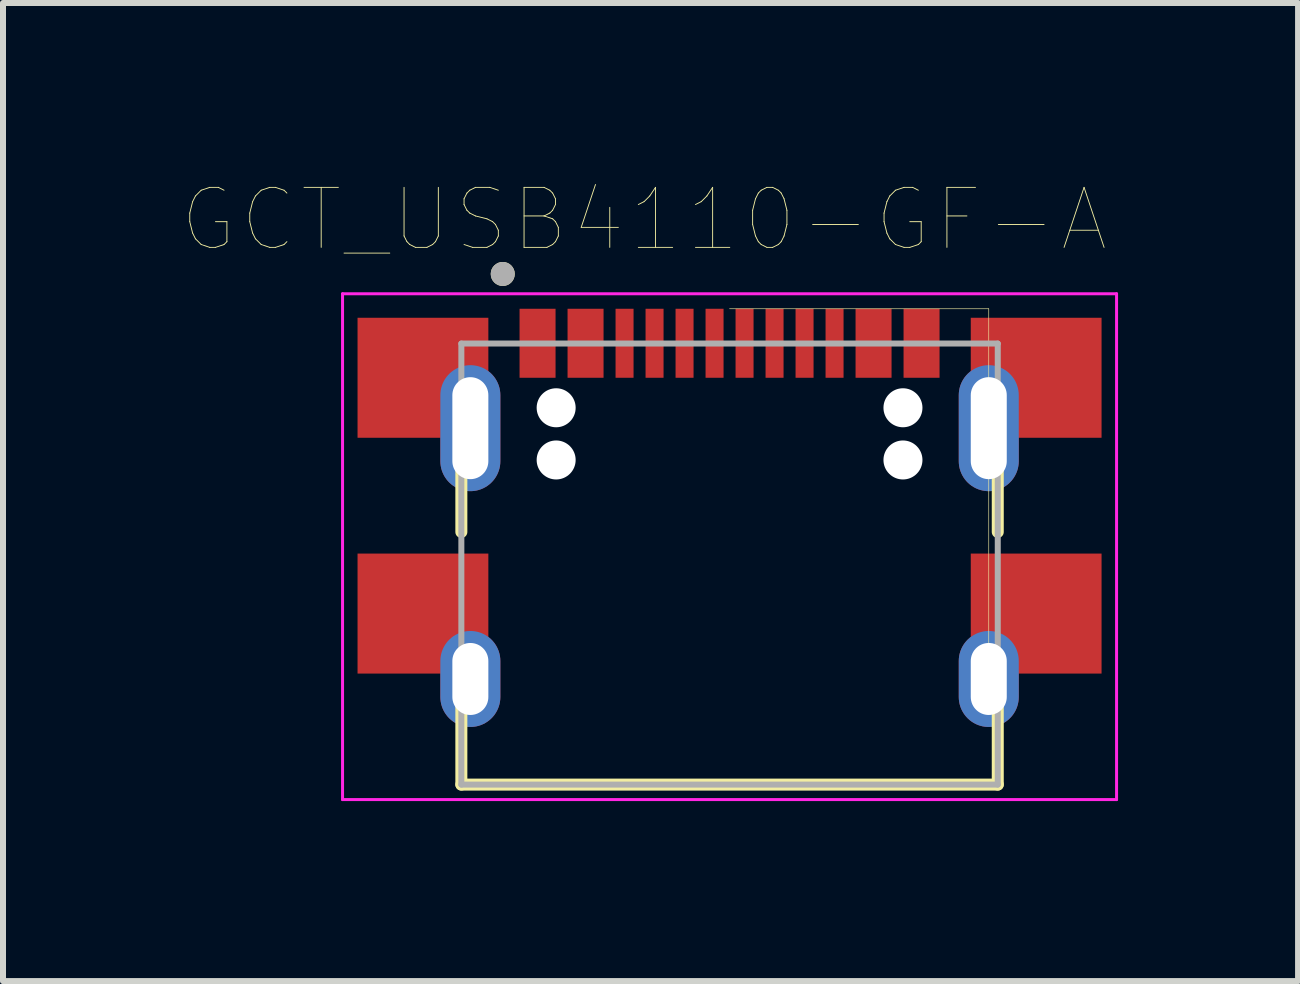
<source format=kicad_pcb>
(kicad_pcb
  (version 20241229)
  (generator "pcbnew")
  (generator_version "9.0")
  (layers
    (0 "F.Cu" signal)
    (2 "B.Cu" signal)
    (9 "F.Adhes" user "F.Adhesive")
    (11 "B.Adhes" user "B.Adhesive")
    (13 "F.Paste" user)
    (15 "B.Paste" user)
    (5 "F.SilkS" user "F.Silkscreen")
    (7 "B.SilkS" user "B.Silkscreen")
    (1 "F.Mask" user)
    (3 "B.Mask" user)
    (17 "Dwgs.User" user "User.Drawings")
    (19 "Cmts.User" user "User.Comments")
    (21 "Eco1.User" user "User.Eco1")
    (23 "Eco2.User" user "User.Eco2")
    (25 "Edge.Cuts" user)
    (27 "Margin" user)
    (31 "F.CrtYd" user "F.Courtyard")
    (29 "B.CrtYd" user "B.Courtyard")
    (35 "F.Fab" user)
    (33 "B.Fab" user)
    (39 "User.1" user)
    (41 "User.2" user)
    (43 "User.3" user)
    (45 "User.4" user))
  (footprint "GCT_USB4110-GF-A"
    (layer "F.Cu")
    (at 9.109 3.746)
    (property "Reference" "GCT_USB4110-GF-A" (at -1.425 -3.135 0) (layer "F.SilkS") (effects (font (size 1 1) (thickness 0.015))))
    (attr through_hole)
    (fp_line (start -4.47 0.86) (end -4.47 2.07) (stroke (width 0.2) (type solid)) (layer "F.SilkS"))
    (fp_line (start -4.47 4.79) (end -4.47 6.28) (stroke (width 0.2) (type solid)) (layer "F.SilkS"))
    (fp_line (start -4.47 6.28) (end 4.47 6.28) (stroke (width 0.2) (type solid)) (layer "F.SilkS"))
    (fp_line (start 0 -1.65) (end 4.32 -1.65) (stroke (width 0.01) (type solid)) (layer "F.SilkS"))
    (fp_line (start 4.32 -1.65) (end 4.32 4.52) (stroke (width 0.01) (type solid)) (layer "F.SilkS"))
    (fp_line (start 4.47 0.86) (end 4.47 2.07) (stroke (width 0.2) (type solid)) (layer "F.SilkS"))
    (fp_line (start 4.47 6.28) (end 4.47 4.79) (stroke (width 0.2) (type solid)) (layer "F.SilkS"))
    (fp_circle (center -3.78 -2.23) (end -3.68 -2.23) (stroke (width 0.2) (type solid)) (fill no) (layer "F.SilkS"))
    (fp_line (start -6.45 -1.9) (end 6.45 -1.9) (stroke (width 0.05) (type solid)) (layer "F.CrtYd"))
    (fp_line (start -6.45 6.53) (end -6.45 -1.9) (stroke (width 0.05) (type solid)) (layer "F.CrtYd"))
    (fp_line (start 6.45 -1.9) (end 6.45 6.53) (stroke (width 0.05) (type solid)) (layer "F.CrtYd"))
    (fp_line (start 6.45 6.53) (end -6.45 6.53) (stroke (width 0.05) (type solid)) (layer "F.CrtYd"))
    (fp_line (start -4.47 -1.07) (end -4.47 6.28) (stroke (width 0.1) (type solid)) (layer "F.Fab"))
    (fp_line (start -4.47 6.28) (end 4.47 6.28) (stroke (width 0.1) (type solid)) (layer "F.Fab"))
    (fp_line (start 4.47 -1.07) (end -4.47 -1.07) (stroke (width 0.1) (type solid)) (layer "F.Fab"))
    (fp_line (start 4.47 6.28) (end 4.47 -1.07) (stroke (width 0.1) (type solid)) (layer "F.Fab"))
    (fp_circle (center -3.78 -2.23) (end -3.68 -2.23) (stroke (width 0.2) (type solid)) (fill no) (layer "F.Fab"))
    (pad "" np_thru_hole circle (at -2.89 0) (size 0.65 0.65) (drill 0.65) (layers "*.Cu" "*.Mask"))
    (pad "" np_thru_hole circle (at -2.89 0.87) (size 0.65 0.65) (drill 0.65) (layers "*.Cu" "*.Mask"))
    (pad "" np_thru_hole circle (at 2.89 0) (size 0.65 0.65) (drill 0.65) (layers "*.Cu" "*.Mask"))
    (pad "" np_thru_hole circle (at 2.89 0.87) (size 0.65 0.65) (drill 0.65) (layers "*.Cu" "*.Mask"))
    (pad "10" thru_hole oval (at 4.32 4.52) (size 1 1.6) (drill oval 0.6 1.2) (layers "*.Cu" "*.Mask"))
    (pad "11" thru_hole oval (at -4.32 4.52) (size 1 1.6) (drill oval 0.6 1.2) (layers "*.Cu" "*.Mask"))
    (pad "13" thru_hole oval (at 4.32 0.34) (size 1 2.1) (drill oval 0.6 1.7) (layers "*.Cu" "*.Mask"))
    (pad "14" thru_hole oval (at -4.32 0.34) (size 1 2.1) (drill oval 0.6 1.7) (layers "*.Cu" "*.Mask"))
    (pad "A1/B12" smd rect (at -3.2 -1.075) (size 0.6 1.15) (layers "F.Cu" "F.Mask" "F.Paste"))
    (pad "A4/B9" smd rect (at -2.4 -1.075) (size 0.6 1.15) (layers "F.Cu" "F.Mask" "F.Paste"))
    (pad "A5" smd rect (at -1.25 -1.075) (size 0.3 1.15) (layers "F.Cu" "F.Mask" "F.Paste"))
    (pad "A6" smd rect (at -0.25 -1.075) (size 0.3 1.15) (layers "F.Cu" "F.Mask" "F.Paste"))
    (pad "A7" smd rect (at 0.25 -1.075) (size 0.3 1.15) (layers "F.Cu" "F.Mask" "F.Paste"))
    (pad "A8" smd rect (at 1.25 -1.075) (size 0.3 1.15) (layers "F.Cu" "F.Mask" "F.Paste"))
    (pad "B1/A12" smd rect (at 3.2 -1.075) (size 0.6 1.15) (layers "F.Cu" "F.Mask" "F.Paste"))
    (pad "B4/A9" smd rect (at 2.4 -1.075) (size 0.6 1.15) (layers "F.Cu" "F.Mask" "F.Paste"))
    (pad "B5" smd rect (at 1.75 -1.075) (size 0.3 1.15) (layers "F.Cu" "F.Mask" "F.Paste"))
    (pad "B6" smd rect (at 0.75 -1.075) (size 0.3 1.15) (layers "F.Cu" "F.Mask" "F.Paste"))
    (pad "B7" smd rect (at -0.75 -1.075) (size 0.3 1.15) (layers "F.Cu" "F.Mask" "F.Paste"))
    (pad "B8" smd rect (at -1.75 -1.075) (size 0.3 1.15) (layers "F.Cu" "F.Mask" "F.Paste"))
    (pad "S1" smd rect (at -5.11 -0.5) (size 2.18 2) (layers "F.Cu" "F.Mask" "F.Paste"))
    (pad "S2" smd rect (at 5.11 -0.5) (size 2.18 2) (layers "F.Cu" "F.Mask" "F.Paste"))
    (pad "S3" smd rect (at -5.11 3.43) (size 2.18 2) (layers "F.Cu" "F.Mask" "F.Paste"))
    (pad "S4" smd rect (at 5.11 3.43) (size 2.18 2) (layers "F.Cu" "F.Mask" "F.Paste")))
  (gr_rect
    (start -3 -3)
    (end 18.584 13.301)
    (stroke (width 0.1) (type default))
    (fill no)
    (layer "Edge.Cuts")))
</source>
